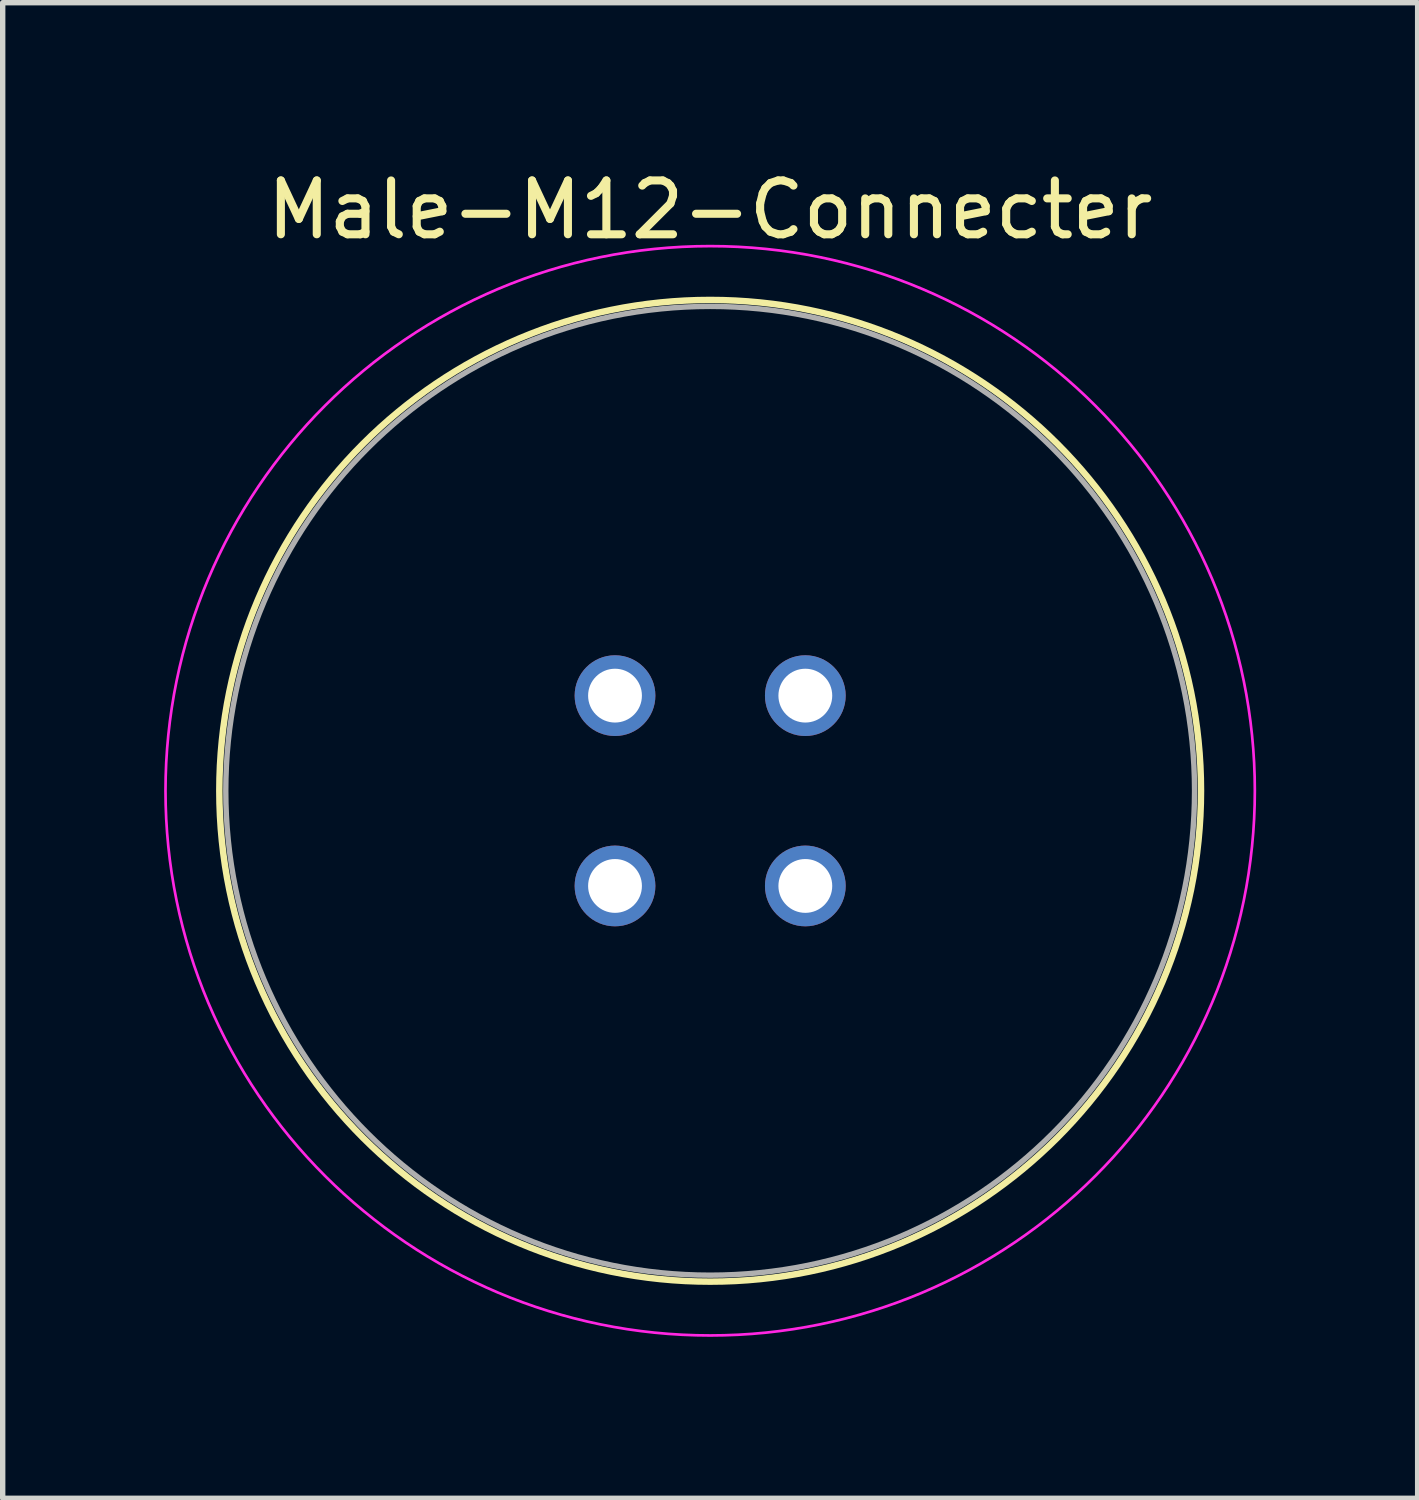
<source format=kicad_pcb>
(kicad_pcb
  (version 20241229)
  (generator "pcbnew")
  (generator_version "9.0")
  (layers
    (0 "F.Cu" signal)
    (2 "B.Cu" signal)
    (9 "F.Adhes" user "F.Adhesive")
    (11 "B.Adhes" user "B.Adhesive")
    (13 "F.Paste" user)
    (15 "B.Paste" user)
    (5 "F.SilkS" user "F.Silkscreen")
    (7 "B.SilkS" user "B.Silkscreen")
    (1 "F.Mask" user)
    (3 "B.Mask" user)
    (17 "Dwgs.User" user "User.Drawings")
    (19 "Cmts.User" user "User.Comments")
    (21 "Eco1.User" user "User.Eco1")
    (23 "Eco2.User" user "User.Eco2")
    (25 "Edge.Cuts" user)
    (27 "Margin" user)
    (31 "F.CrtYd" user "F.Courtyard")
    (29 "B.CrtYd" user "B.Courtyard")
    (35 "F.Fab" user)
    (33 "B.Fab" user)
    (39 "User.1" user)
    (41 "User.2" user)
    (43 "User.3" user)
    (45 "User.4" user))
  (footprint "Male-M12-Connecter"
    (layer "F.Cu")
    (at 10.145 11.643)
    (property "Reference" "Male-M12-Connecter" (at 0 -10.795 0) (layer "F.SilkS") (effects (font (size 1 1) (thickness 0.15))))
    (attr through_hole)
    (fp_circle (center 0 0) (end 0 9.12) (stroke (width 0.12) (type solid)) (fill no) (layer "F.SilkS"))
    (fp_circle (center 0 0) (end 0 10.12) (stroke (width 0.05) (type solid)) (fill no) (layer "F.CrtYd"))
    (fp_circle (center 0 0) (end 0 9) (stroke (width 0.1) (type solid)) (fill no) (layer "F.Fab"))
    (pad "1" thru_hole oval (at 1.768 -1.768) (size 1.5 1.5) (drill 1) (layers "*.Cu" "*.Mask"))
    (pad "2" thru_hole oval (at -1.768 -1.768) (size 1.5 1.5) (drill 1) (layers "*.Cu" "*.Mask"))
    (pad "3" thru_hole oval (at -1.768 1.768) (size 1.5 1.5) (drill 1) (layers "*.Cu" "*.Mask"))
    (pad "4" thru_hole oval (at 1.768 1.768) (size 1.5 1.5) (drill 1) (layers "*.Cu" "*.Mask")))
  (gr_rect
    (start -3 -3)
    (end 23.29 24.788)
    (stroke (width 0.1) (type default))
    (fill no)
    (layer "Edge.Cuts")))
</source>
